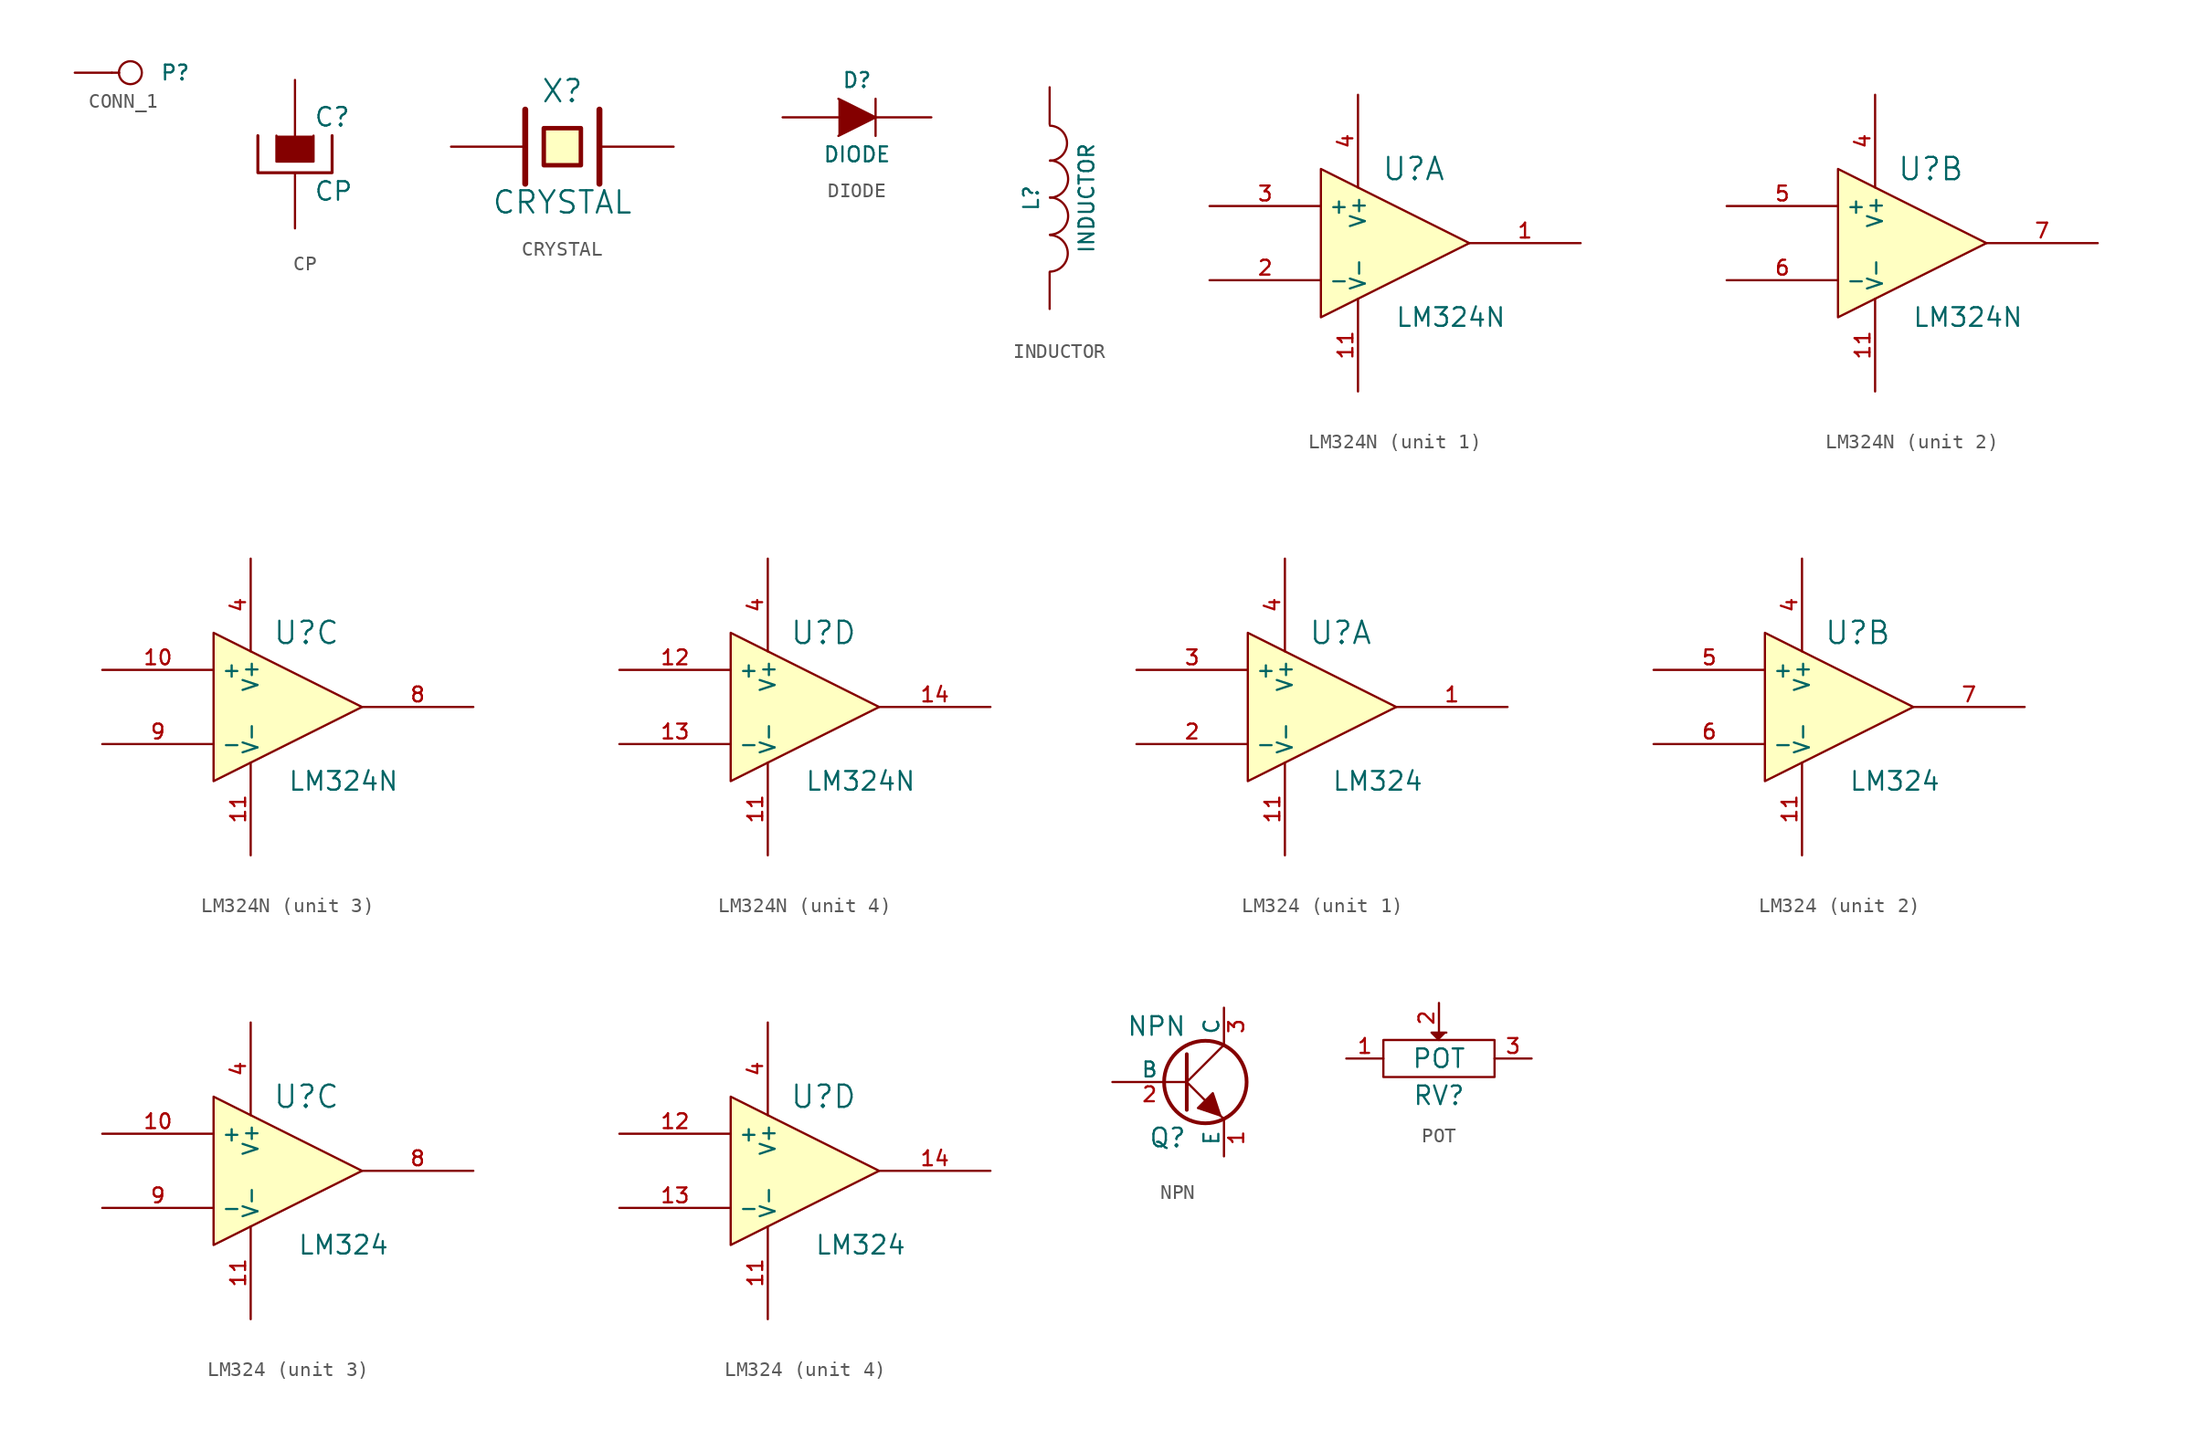
<source format=kicad_sym>
(kicad_symbol_lib
  (version 20211014)
  (generator kicad_symbol_editor)
  (symbol "CONN_1"
    (pin_numbers hide)
    (pin_names
      (offset 0.762) hide)
    (property "Reference" "P"
      (at 2.032 0 0)
      (effects (font (size 1.016 1.016)) (justify left)))
    (symbol "CONN_1_0_1"
      (polyline (pts (xy -0.762 0) (xy -1.27 0)) (stroke (width 0) (type default) (color 0 0 0 0)) (fill (type none)))
      (circle (center 0 0) (radius 0.787) (stroke (width 0) (type default) (color 0 0 0 0)) (fill (type none))))
    (symbol "CONN_1_1_1"
      (pin passive line (at -3.81 0 0) (length 2.54) (name "1" (effects (font (size 1.524 1.524)))) (number "1" (effects (font (size 1.524 1.524)))))))
  (symbol "CP"
    (pin_numbers hide)
    (pin_names
      (offset 0.254) hide)
    (property "Reference" "C"
      (at 1.27 2.54 0)
      (effects (font (size 1.27 1.27)) (justify left)))
    (property "Value" "CP"
      (at 1.27 -2.54 0)
      (effects (font (size 1.27 1.27)) (justify left)))
    (symbol "CP_0_1"
      (polyline (pts (xy -2.54 1.27) (xy -2.54 -1.27) (xy 2.54 -1.27) (xy 2.54 1.27)) (stroke (width 0.203) (type default) (color 0 0 0 0)) (fill (type none)))
      (polyline (pts (xy -1.27 1.27) (xy -1.27 -0.508) (xy 1.27 -0.508) (xy 1.27 1.27)) (stroke (width 0) (type default) (color 0 0 0 0)) (fill (type outline))))
    (symbol "CP_1_1"
      (pin passive line (at 0 5.08 270) (length 3.81) (name "~" (effects (font (size 1.016 1.016)))) (number "1" (effects (font (size 1.016 1.016)))))
      (pin passive line (at 0 -5.08 90) (length 3.81) (name "~" (effects (font (size 1.016 1.016)))) (number "2" (effects (font (size 1.016 1.016)))))))
  (symbol "CRYSTAL"
    (pin_numbers hide)
    (pin_names
      (offset 1.016) hide)
    (property "Reference" "X"
      (at 0 3.81 0)
      (effects (font (size 1.524 1.524))))
    (property "Value" "CRYSTAL"
      (at 0 -3.81 0)
      (effects (font (size 1.524 1.524))))
    (symbol "CRYSTAL_0_1"
      (polyline (pts (xy -2.54 2.54) (xy -2.54 -2.54)) (stroke (width 0.406) (type default) (color 0 0 0 0)) (fill (type none)))
      (polyline (pts (xy 2.54 2.54) (xy 2.54 -2.54)) (stroke (width 0.406) (type default) (color 0 0 0 0)) (fill (type none)))
      (polyline (pts (xy -1.27 1.27) (xy 1.27 1.27) (xy 1.27 -1.27) (xy -1.27 -1.27) (xy -1.27 1.27)) (stroke (width 0.305) (type default) (color 0 0 0 0)) (fill (type background))))
    (symbol "CRYSTAL_1_1"
      (pin passive line (at -7.62 0 0) (length 5.08) (name "1" (effects (font (size 1.016 1.016)))) (number "1" (effects (font (size 1.016 1.016)))))
      (pin passive line (at 7.62 0 180) (length 5.08) (name "2" (effects (font (size 1.016 1.016)))) (number "2" (effects (font (size 1.016 1.016)))))))
  (symbol "DIODE"
    (pin_numbers hide)
    (pin_names
      (offset 1.016) hide)
    (property "Reference" "D"
      (at 0 2.54 0)
      (effects (font (size 1.016 1.016))))
    (property "Value" "DIODE"
      (at 0 -2.54 0)
      (effects (font (size 1.016 1.016))))
    (symbol "DIODE_0_1"
      (polyline (pts (xy 1.27 1.27) (xy 1.27 -1.27)) (stroke (width 0.152) (type default) (color 0 0 0 0)) (fill (type none)))
      (polyline (pts (xy -1.27 1.27) (xy 1.27 0) (xy -1.27 -1.27)) (stroke (width 0) (type default) (color 0 0 0 0)) (fill (type outline))))
    (symbol "DIODE_1_1"
      (pin passive line (at -5.08 0 0) (length 3.81) (name "A" (effects (font (size 1.016 1.016)))) (number "1" (effects (font (size 1.016 1.016)))))
      (pin passive line (at 5.08 0 180) (length 3.81) (name "K" (effects (font (size 1.016 1.016)))) (number "2" (effects (font (size 1.016 1.016)))))))
  (symbol "INDUCTOR"
    (pin_numbers hide)
    (pin_names
      (offset 1.016) hide)
    (property "Reference" "L"
      (at -1.27 0 90)
      (effects (font (size 1.016 1.016))))
    (property "Value" "INDUCTOR"
      (at 2.54 0 90)
      (effects (font (size 1.016 1.016))))
    (symbol "INDUCTOR_0_1"
      (arc (start 0.0254 -5.0546) (mid 1.2449 -3.8097) (end 0.0254 -2.54) (stroke (width 0) (type default) (color 0 0 0 0)) (fill (type none)))
      (arc (start 0.0254 -2.5146) (mid 1.2703 -1.2444) (end 0.0254 0.0508) (stroke (width 0) (type default) (color 0 0 0 0)) (fill (type none)))
      (arc (start 0.0254 0.0254) (mid 1.2703 1.2956) (end 0.0254 2.5908) (stroke (width 0) (type default) (color 0 0 0 0)) (fill (type none)))
      (arc (start 0.0254 2.5654) (mid 1.1941 3.7595) (end 0.0254 4.9784) (stroke (width 0) (type default) (color 0 0 0 0)) (fill (type none))))
    (symbol "INDUCTOR_1_1"
      (pin passive line (at 0 7.62 270) (length 2.54) (name "1" (effects (font (size 1.778 1.778)))) (number "1" (effects (font (size 1.778 1.778)))))
      (pin passive line (at 0 -7.62 90) (length 2.54) (name "2" (effects (font (size 1.778 1.778)))) (number "2" (effects (font (size 1.778 1.778)))))))
  (symbol "LM324N"
    (property "Reference" "U"
      (at 1.27 5.08 0)
      (effects (font (size 1.524 1.524))))
    (property "Value" "LM324N"
      (at 3.81 -5.08 0)
      (effects (font (size 1.27 1.27))))
    (symbol "LM324N_0_1"
      (polyline (pts (xy -5.08 5.08) (xy 5.08 0) (xy -5.08 -5.08) (xy -5.08 5.08)) (stroke (width 0.152) (type default) (color 0 0 0 0)) (fill (type background)))
      (pin power_in line (at -2.54 -10.16 90) (length 6.35) (name "V-" (effects (font (size 1.016 1.016)))) (number "11" (effects (font (size 1.016 1.016)))))
      (pin power_in line (at -2.54 10.16 270) (length 6.35) (name "V+" (effects (font (size 1.016 1.016)))) (number "4" (effects (font (size 1.016 1.016))))))
    (symbol "LM324N_1_1"
      (pin output line (at 12.7 0 180) (length 7.62) (name "~" (effects (font (size 1.016 1.016)))) (number "1" (effects (font (size 1.016 1.016)))))
      (pin input line (at -12.7 -2.54 0) (length 7.62) (name "-" (effects (font (size 1.016 1.016)))) (number "2" (effects (font (size 1.016 1.016)))))
      (pin input line (at -12.7 2.54 0) (length 7.62) (name "+" (effects (font (size 1.016 1.016)))) (number "3" (effects (font (size 1.016 1.016))))))
    (symbol "LM324N_2_1"
      (pin input line (at -12.7 2.54 0) (length 7.62) (name "+" (effects (font (size 1.016 1.016)))) (number "5" (effects (font (size 1.016 1.016)))))
      (pin input line (at -12.7 -2.54 0) (length 7.62) (name "-" (effects (font (size 1.016 1.016)))) (number "6" (effects (font (size 1.016 1.016)))))
      (pin output line (at 12.7 0 180) (length 7.62) (name "~" (effects (font (size 1.016 1.016)))) (number "7" (effects (font (size 1.016 1.016))))))
    (symbol "LM324N_3_1"
      (pin input line (at -12.7 2.54 0) (length 7.62) (name "+" (effects (font (size 1.016 1.016)))) (number "10" (effects (font (size 1.016 1.016)))))
      (pin output line (at 12.7 0 180) (length 7.62) (name "~" (effects (font (size 1.016 1.016)))) (number "8" (effects (font (size 1.016 1.016)))))
      (pin input line (at -12.7 -2.54 0) (length 7.62) (name "-" (effects (font (size 1.016 1.016)))) (number "9" (effects (font (size 1.016 1.016))))))
    (symbol "LM324N_4_1"
      (pin input line (at -12.7 2.54 0) (length 7.62) (name "+" (effects (font (size 1.016 1.016)))) (number "12" (effects (font (size 1.016 1.016)))))
      (pin input line (at -12.7 -2.54 0) (length 7.62) (name "-" (effects (font (size 1.016 1.016)))) (number "13" (effects (font (size 1.016 1.016)))))
      (pin output line (at 12.7 0 180) (length 7.62) (name "~" (effects (font (size 1.016 1.016)))) (number "14" (effects (font (size 1.016 1.016)))))))
  (symbol "LM324"
    (property "Reference" "U"
      (at 1.27 5.08 0)
      (effects (font (size 1.524 1.524))))
    (property "Value" "LM324"
      (at 3.81 -5.08 0)
      (effects (font (size 1.27 1.27))))
    (symbol "LM324_0_1"
      (polyline (pts (xy -5.08 5.08) (xy 5.08 0) (xy -5.08 -5.08) (xy -5.08 5.08)) (stroke (width 0.152) (type default) (color 0 0 0 0)) (fill (type background)))
      (pin power_in line (at -2.54 -10.16 90) (length 6.35) (name "V-" (effects (font (size 1.016 1.016)))) (number "11" (effects (font (size 1.016 1.016)))))
      (pin power_in line (at -2.54 10.16 270) (length 6.35) (name "V+" (effects (font (size 1.016 1.016)))) (number "4" (effects (font (size 1.016 1.016))))))
    (symbol "LM324_1_1"
      (pin output line (at 12.7 0 180) (length 7.62) (name "~" (effects (font (size 1.016 1.016)))) (number "1" (effects (font (size 1.016 1.016)))))
      (pin input line (at -12.7 -2.54 0) (length 7.62) (name "-" (effects (font (size 1.016 1.016)))) (number "2" (effects (font (size 1.016 1.016)))))
      (pin input line (at -12.7 2.54 0) (length 7.62) (name "+" (effects (font (size 1.016 1.016)))) (number "3" (effects (font (size 1.016 1.016))))))
    (symbol "LM324_2_1"
      (pin input line (at -12.7 2.54 0) (length 7.62) (name "+" (effects (font (size 1.016 1.016)))) (number "5" (effects (font (size 1.016 1.016)))))
      (pin input line (at -12.7 -2.54 0) (length 7.62) (name "-" (effects (font (size 1.016 1.016)))) (number "6" (effects (font (size 1.016 1.016)))))
      (pin output line (at 12.7 0 180) (length 7.62) (name "~" (effects (font (size 1.016 1.016)))) (number "7" (effects (font (size 1.016 1.016))))))
    (symbol "LM324_3_1"
      (pin input line (at -12.7 2.54 0) (length 7.62) (name "+" (effects (font (size 1.016 1.016)))) (number "10" (effects (font (size 1.016 1.016)))))
      (pin output line (at 12.7 0 180) (length 7.62) (name "~" (effects (font (size 1.016 1.016)))) (number "8" (effects (font (size 1.016 1.016)))))
      (pin input line (at -12.7 -2.54 0) (length 7.62) (name "-" (effects (font (size 1.016 1.016)))) (number "9" (effects (font (size 1.016 1.016))))))
    (symbol "LM324_4_1"
      (pin input line (at -12.7 2.54 0) (length 7.62) (name "+" (effects (font (size 1.016 1.016)))) (number "12" (effects (font (size 1.016 1.016)))))
      (pin input line (at -12.7 -2.54 0) (length 7.62) (name "-" (effects (font (size 1.016 1.016)))) (number "13" (effects (font (size 1.016 1.016)))))
      (pin output line (at 12.7 0 180) (length 7.62) (name "~" (effects (font (size 1.016 1.016)))) (number "14" (effects (font (size 1.016 1.016)))))))
  (symbol "NPN"
    (pin_names
      (offset 0))
    (property "Reference" "Q"
      (at 0 -3.81 0)
      (effects (font (size 1.27 1.27)) (justify right)))
    (property "Value" "NPN"
      (at 0 3.81 0)
      (effects (font (size 1.27 1.27)) (justify right)))
    (symbol "NPN_0_1"
      (polyline (pts (xy 0 0) (xy 2.54 2.54)) (stroke (width 0) (type default) (color 0 0 0 0)) (fill (type none)))
      (polyline (pts (xy 0 1.905) (xy 0 -1.905) (xy 0 -1.905)) (stroke (width 0.254) (type default) (color 0 0 0 0)) (fill (type none)))
      (polyline (pts (xy 1.27 -1.27) (xy 0 0) (xy 0 0)) (stroke (width 0) (type default) (color 0 0 0 0)) (fill (type none)))
      (polyline (pts (xy 2.286 -2.286) (xy 2.54 -2.54) (xy 2.54 -2.54)) (stroke (width 0) (type default) (color 0 0 0 0)) (fill (type none)))
      (polyline (pts (xy 2.286 -2.286) (xy 1.778 -0.762) (xy 0.762 -1.778) (xy 2.286 -2.286) (xy 2.286 -2.286)) (stroke (width 0) (type default) (color 0 0 0 0)) (fill (type outline)))
      (circle (center 1.27 0) (radius 2.819) (stroke (width 0.254) (type default) (color 0 0 0 0)) (fill (type none))))
    (symbol "NPN_1_1"
      (pin passive line (at 2.54 -5.08 90) (length 2.54) (name "E" (effects (font (size 1.016 1.016)))) (number "1" (effects (font (size 1.016 1.016)))))
      (pin input line (at -5.08 0 0) (length 5.08) (name "B" (effects (font (size 1.016 1.016)))) (number "2" (effects (font (size 1.016 1.016)))))
      (pin passive line (at 2.54 5.08 270) (length 2.54) (name "C" (effects (font (size 1.016 1.016)))) (number "3" (effects (font (size 1.016 1.016)))))))
  (symbol "POT"
    (pin_names
      (offset 1.016) hide)
    (property "Reference" "RV"
      (at 0 -2.54 0)
      (effects (font (size 1.27 1.27))))
    (property "Value" "POT"
      (at 0 0 0)
      (effects (font (size 1.27 1.27))))
    (symbol "POT_0_1"
      (rectangle (start -3.81 1.27) (end 3.81 -1.27) (stroke (width 0) (type default) (color 0 0 0 0)) (fill (type none)))
      (polyline (pts (xy 0 1.27) (xy -0.508 1.778) (xy 0.508 1.778)) (stroke (width 0) (type default) (color 0 0 0 0)) (fill (type outline))))
    (symbol "POT_1_1"
      (pin passive line (at -6.35 0 0) (length 2.54) (name "1" (effects (font (size 1.016 1.016)))) (number "1" (effects (font (size 1.016 1.016)))))
      (pin passive line (at 0 3.81 270) (length 2.032) (name "2" (effects (font (size 1.016 1.016)))) (number "2" (effects (font (size 1.016 1.016)))))
      (pin passive line (at 6.35 0 180) (length 2.54) (name "3" (effects (font (size 1.016 1.016)))) (number "3" (effects (font (size 1.016 1.016))))))))
</source>
